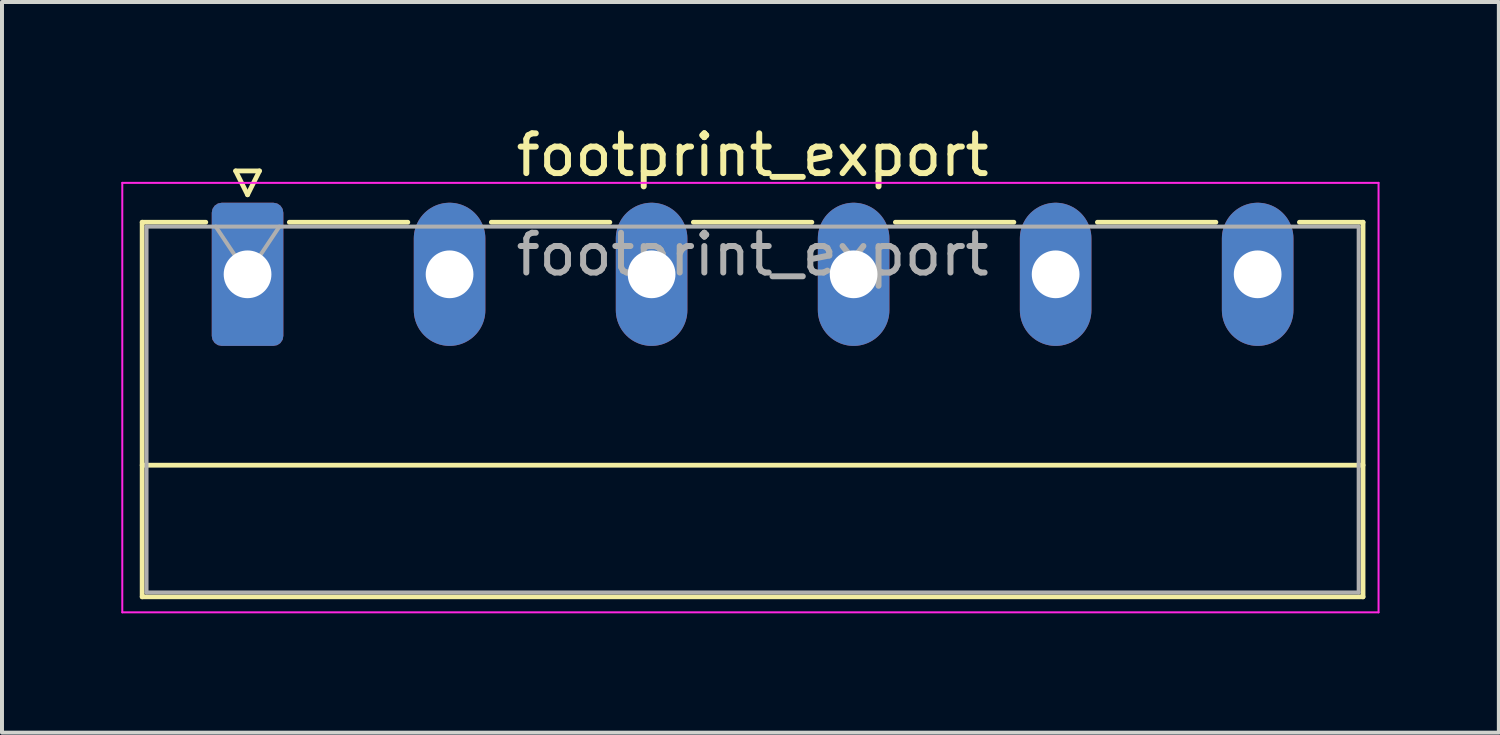
<source format=kicad_pcb>
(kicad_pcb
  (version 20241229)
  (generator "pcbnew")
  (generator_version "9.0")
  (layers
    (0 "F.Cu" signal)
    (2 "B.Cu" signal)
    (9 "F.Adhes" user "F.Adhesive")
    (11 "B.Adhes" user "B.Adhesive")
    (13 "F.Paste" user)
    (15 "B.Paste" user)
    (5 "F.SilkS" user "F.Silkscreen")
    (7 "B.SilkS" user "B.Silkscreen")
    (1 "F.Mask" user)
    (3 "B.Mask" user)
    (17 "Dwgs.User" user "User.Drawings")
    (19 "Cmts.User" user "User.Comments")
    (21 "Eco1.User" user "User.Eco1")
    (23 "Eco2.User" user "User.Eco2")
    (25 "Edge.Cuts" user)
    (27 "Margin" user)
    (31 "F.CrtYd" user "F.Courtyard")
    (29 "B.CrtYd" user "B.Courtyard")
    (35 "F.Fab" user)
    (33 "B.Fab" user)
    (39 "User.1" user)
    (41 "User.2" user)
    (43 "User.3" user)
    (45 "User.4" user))
  (footprint "footprint_export"
    (layer "F.Cu")
    (at 3.175 3.848)
    (property "Reference" "footprint_export" (at 12.7 -3 0) (layer "F.SilkS") (effects (font (size 1 1) (thickness 0.15))))
    (attr through_hole)
    (fp_line (start -2.65 -1.31) (end -2.65 8.11) (stroke (width 0.12) (type solid)) (layer "F.SilkS"))
    (fp_line (start -2.65 -1.31) (end -1.05 -1.31) (stroke (width 0.12) (type solid)) (layer "F.SilkS"))
    (fp_line (start -2.65 4.8) (end 28.05 4.8) (stroke (width 0.12) (type solid)) (layer "F.SilkS"))
    (fp_line (start -2.65 8.11) (end 28.05 8.11) (stroke (width 0.12) (type solid)) (layer "F.SilkS"))
    (fp_line (start -0.3 -2.6) (end 0.3 -2.6) (stroke (width 0.12) (type solid)) (layer "F.SilkS"))
    (fp_line (start 0 -2) (end -0.3 -2.6) (stroke (width 0.12) (type solid)) (layer "F.SilkS"))
    (fp_line (start 0.3 -2.6) (end 0 -2) (stroke (width 0.12) (type solid)) (layer "F.SilkS"))
    (fp_line (start 1.05 -1.31) (end 4.03 -1.31) (stroke (width 0.12) (type solid)) (layer "F.SilkS"))
    (fp_line (start 6.13 -1.31) (end 9.11 -1.31) (stroke (width 0.12) (type solid)) (layer "F.SilkS"))
    (fp_line (start 11.21 -1.31) (end 14.19 -1.31) (stroke (width 0.12) (type solid)) (layer "F.SilkS"))
    (fp_line (start 16.29 -1.31) (end 19.27 -1.31) (stroke (width 0.12) (type solid)) (layer "F.SilkS"))
    (fp_line (start 21.37 -1.31) (end 24.35 -1.31) (stroke (width 0.12) (type solid)) (layer "F.SilkS"))
    (fp_line (start 28.05 -1.31) (end 26.45 -1.31) (stroke (width 0.12) (type solid)) (layer "F.SilkS"))
    (fp_line (start 28.05 8.11) (end 28.05 -1.31) (stroke (width 0.12) (type solid)) (layer "F.SilkS"))
    (fp_line (start -3.15 -2.3) (end -3.15 8.5) (stroke (width 0.05) (type solid)) (layer "F.CrtYd"))
    (fp_line (start -3.15 8.5) (end 28.44 8.5) (stroke (width 0.05) (type solid)) (layer "F.CrtYd"))
    (fp_line (start 28.44 -2.3) (end -3.15 -2.3) (stroke (width 0.05) (type solid)) (layer "F.CrtYd"))
    (fp_line (start 28.44 8.5) (end 28.44 -2.3) (stroke (width 0.05) (type solid)) (layer "F.CrtYd"))
    (fp_line (start -2.54 -1.2) (end -2.54 8) (stroke (width 0.1) (type solid)) (layer "F.Fab"))
    (fp_line (start -2.54 8) (end 27.94 8) (stroke (width 0.1) (type solid)) (layer "F.Fab"))
    (fp_line (start 0 0) (end -0.8 -1.2) (stroke (width 0.1) (type solid)) (layer "F.Fab"))
    (fp_line (start 0.8 -1.2) (end 0 0) (stroke (width 0.1) (type solid)) (layer "F.Fab"))
    (fp_line (start 27.94 -1.2) (end -2.54 -1.2) (stroke (width 0.1) (type solid)) (layer "F.Fab"))
    (fp_line (start 27.94 8) (end 27.94 -1.2) (stroke (width 0.1) (type solid)) (layer "F.Fab"))
    (fp_text user "${REFERENCE}" (at 12.7 -0.5 0) (layer "F.Fab") (effects (font (size 1 1) (thickness 0.15))))
    (pad "1" thru_hole roundrect (at 0 0) (size 1.8 3.6) (drill 1.2) (layers "*.Cu" "*.Mask") (roundrect_rratio 0.139))
    (pad "2" thru_hole oval (at 5.08 0) (size 1.8 3.6) (drill 1.2) (layers "*.Cu" "*.Mask"))
    (pad "3" thru_hole oval (at 10.16 0) (size 1.8 3.6) (drill 1.2) (layers "*.Cu" "*.Mask"))
    (pad "4" thru_hole oval (at 15.24 0) (size 1.8 3.6) (drill 1.2) (layers "*.Cu" "*.Mask"))
    (pad "5" thru_hole oval (at 20.32 0) (size 1.8 3.6) (drill 1.2) (layers "*.Cu" "*.Mask"))
    (pad "6" thru_hole oval (at 25.4 0) (size 1.8 3.6) (drill 1.2) (layers "*.Cu" "*.Mask")))
  (gr_rect
    (start -3 -3)
    (end 34.64 15.373)
    (stroke (width 0.1) (type default))
    (fill no)
    (layer "Edge.Cuts")))
</source>
